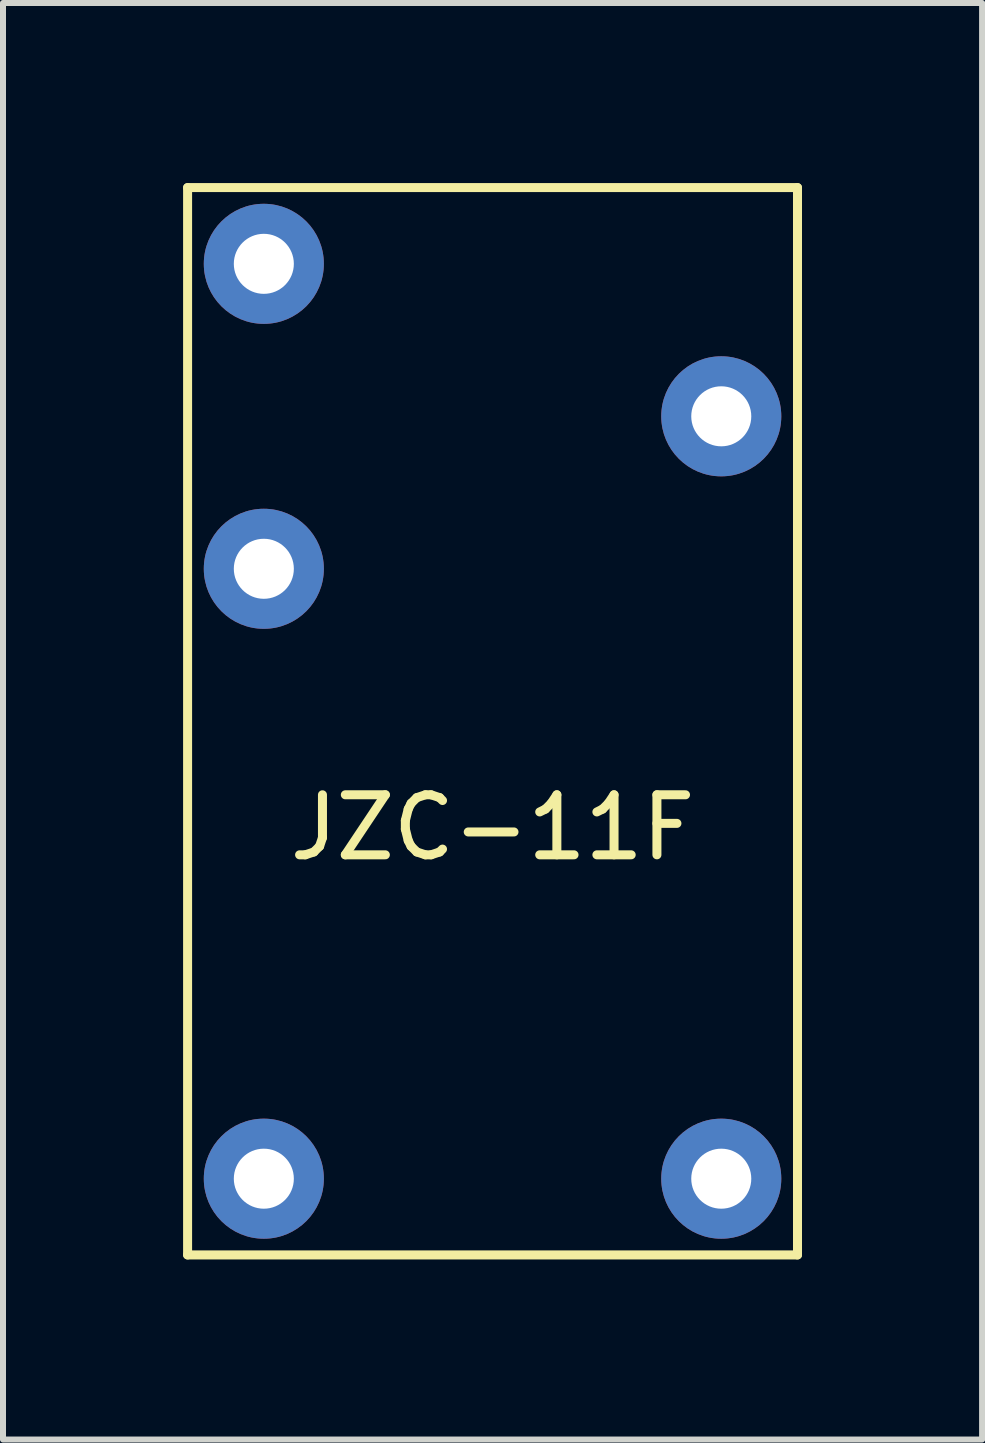
<source format=kicad_pcb>
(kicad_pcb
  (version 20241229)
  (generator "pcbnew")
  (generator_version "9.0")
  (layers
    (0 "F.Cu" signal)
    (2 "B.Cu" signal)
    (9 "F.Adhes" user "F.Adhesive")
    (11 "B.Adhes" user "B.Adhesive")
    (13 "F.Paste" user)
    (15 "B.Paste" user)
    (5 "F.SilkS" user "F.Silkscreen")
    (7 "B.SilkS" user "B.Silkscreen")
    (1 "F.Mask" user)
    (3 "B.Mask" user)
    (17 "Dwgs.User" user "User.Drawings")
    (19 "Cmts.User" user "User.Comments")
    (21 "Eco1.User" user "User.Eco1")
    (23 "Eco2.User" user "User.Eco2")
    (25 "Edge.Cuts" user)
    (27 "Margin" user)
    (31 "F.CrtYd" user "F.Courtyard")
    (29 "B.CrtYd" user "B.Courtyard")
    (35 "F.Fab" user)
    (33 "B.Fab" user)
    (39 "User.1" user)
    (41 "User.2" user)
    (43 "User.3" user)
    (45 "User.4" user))
  (footprint "JZC-11F"
    (layer "F.Cu")
    (at 5.155 10.235)
    (property "Reference" "JZC-11F" (at 0 0.5 0) (layer "F.SilkS") (effects (font (size 1 1) (thickness 0.15))))
    (attr through_hole)
    (fp_line (start -5.08 -10.16) (end -5.08 7.62) (stroke (width 0.15) (type solid)) (layer "F.SilkS"))
    (fp_line (start -5.08 7.62) (end 5.08 7.62) (stroke (width 0.15) (type solid)) (layer "F.SilkS"))
    (fp_line (start 5.08 -10.16) (end -5.08 -10.16) (stroke (width 0.15) (type solid)) (layer "F.SilkS"))
    (fp_line (start 5.08 7.62) (end 5.08 -10.16) (stroke (width 0.15) (type solid)) (layer "F.SilkS"))
    (pad "1" thru_hole circle (at -3.81 6.35) (size 2 2) (drill 1) (layers "*.Cu" "*.Mask"))
    (pad "2" thru_hole circle (at 3.81 6.35) (size 2 2) (drill 1) (layers "*.Cu" "*.Mask"))
    (pad "3" thru_hole circle (at 3.81 -6.35) (size 2 2) (drill 1) (layers "*.Cu" "*.Mask"))
    (pad "4" thru_hole circle (at -3.81 -3.81) (size 2 2) (drill 1) (layers "*.Cu" "*.Mask"))
    (pad "5" thru_hole circle (at -3.81 -8.89) (size 2 2) (drill 1) (layers "*.Cu" "*.Mask")))
  (gr_rect
    (start -3 -3)
    (end 13.31 20.93)
    (stroke (width 0.1) (type default))
    (fill no)
    (layer "Edge.Cuts")))
</source>
